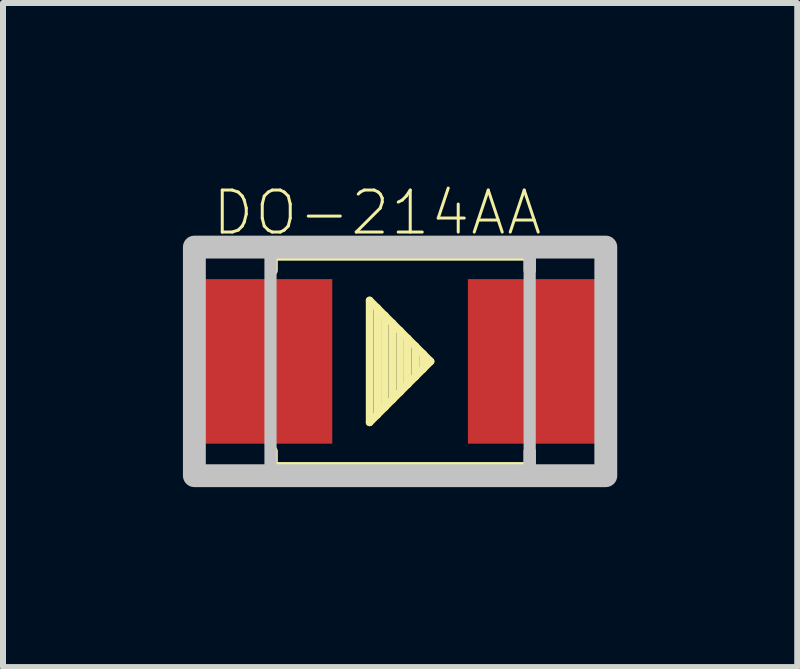
<source format=kicad_pcb>
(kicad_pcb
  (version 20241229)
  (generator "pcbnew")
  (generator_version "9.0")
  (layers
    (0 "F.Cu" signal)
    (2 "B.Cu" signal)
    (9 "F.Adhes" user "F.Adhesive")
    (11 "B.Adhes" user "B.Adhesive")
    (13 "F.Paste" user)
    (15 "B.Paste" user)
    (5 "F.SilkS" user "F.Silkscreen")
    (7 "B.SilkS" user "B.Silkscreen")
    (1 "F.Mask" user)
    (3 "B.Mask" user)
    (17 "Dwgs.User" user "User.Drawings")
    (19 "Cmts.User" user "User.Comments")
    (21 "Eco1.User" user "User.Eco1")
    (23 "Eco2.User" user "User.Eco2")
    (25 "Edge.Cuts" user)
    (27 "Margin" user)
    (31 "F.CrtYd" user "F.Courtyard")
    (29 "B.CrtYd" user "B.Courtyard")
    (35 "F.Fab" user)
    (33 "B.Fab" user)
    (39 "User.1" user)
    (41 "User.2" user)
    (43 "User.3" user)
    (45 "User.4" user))
  (footprint "DO-214AA"
    (layer "F.Cu")
    (at 3.619 2.974)
    (property "Reference" "DO-214AA" (at -0.381 -2.477 0) (layer "F.SilkS") (effects (font (size 0.7 0.7) (thickness 0.05))))
    (attr smd)
    (fp_line (start -2.16 -1.78) (end -2.14 -1.78) (stroke (width 0.203) (type solid)) (layer "F.SilkS"))
    (fp_line (start -2.14 -1.78) (end 2.16 -1.78) (stroke (width 0.203) (type solid)) (layer "F.SilkS"))
    (fp_line (start -2.14 -1.52) (end -2.14 -1.78) (stroke (width 0.203) (type solid)) (layer "F.SilkS"))
    (fp_line (start -2.14 1.78) (end -2.16 1.78) (stroke (width 0.203) (type solid)) (layer "F.SilkS"))
    (fp_line (start -2.14 1.78) (end -2.14 1.5) (stroke (width 0.203) (type solid)) (layer "F.SilkS"))
    (fp_line (start -0.508 -1.016) (end -0.381 -0.889) (stroke (width 0.127) (type solid)) (layer "F.SilkS"))
    (fp_line (start -0.508 1.016) (end -0.508 -1.016) (stroke (width 0.127) (type solid)) (layer "F.SilkS"))
    (fp_line (start -0.381 -0.889) (end -0.381 0.889) (stroke (width 0.127) (type solid)) (layer "F.SilkS"))
    (fp_line (start -0.381 -0.889) (end -0.254 -0.762) (stroke (width 0.127) (type solid)) (layer "F.SilkS"))
    (fp_line (start -0.381 0.889) (end -0.508 1.016) (stroke (width 0.127) (type solid)) (layer "F.SilkS"))
    (fp_line (start -0.381 0.889) (end -0.254 0.762) (stroke (width 0.127) (type solid)) (layer "F.SilkS"))
    (fp_line (start -0.254 -0.762) (end -0.127 -0.635) (stroke (width 0.127) (type solid)) (layer "F.SilkS"))
    (fp_line (start -0.254 0.762) (end -0.254 -0.762) (stroke (width 0.127) (type solid)) (layer "F.SilkS"))
    (fp_line (start -0.254 0.762) (end -0.127 0.635) (stroke (width 0.127) (type solid)) (layer "F.SilkS"))
    (fp_line (start -0.127 -0.635) (end -0.127 0.635) (stroke (width 0.127) (type solid)) (layer "F.SilkS"))
    (fp_line (start -0.127 -0.635) (end 0 -0.508) (stroke (width 0.127) (type solid)) (layer "F.SilkS"))
    (fp_line (start -0.127 0.635) (end 0 0.508) (stroke (width 0.127) (type solid)) (layer "F.SilkS"))
    (fp_line (start 0 -0.508) (end 0.127 -0.381) (stroke (width 0.127) (type solid)) (layer "F.SilkS"))
    (fp_line (start 0 0.508) (end 0 -0.508) (stroke (width 0.127) (type solid)) (layer "F.SilkS"))
    (fp_line (start 0 0.508) (end 0.127 0.381) (stroke (width 0.127) (type solid)) (layer "F.SilkS"))
    (fp_line (start 0.127 -0.381) (end 0.127 0.381) (stroke (width 0.127) (type solid)) (layer "F.SilkS"))
    (fp_line (start 0.127 -0.381) (end 0.254 -0.254) (stroke (width 0.127) (type solid)) (layer "F.SilkS"))
    (fp_line (start 0.254 -0.254) (end 0.381 -0.127) (stroke (width 0.127) (type solid)) (layer "F.SilkS"))
    (fp_line (start 0.254 0.254) (end 0.127 0.381) (stroke (width 0.127) (type solid)) (layer "F.SilkS"))
    (fp_line (start 0.254 0.254) (end 0.254 -0.254) (stroke (width 0.127) (type solid)) (layer "F.SilkS"))
    (fp_line (start 0.381 -0.127) (end 0.381 0.127) (stroke (width 0.127) (type solid)) (layer "F.SilkS"))
    (fp_line (start 0.381 -0.127) (end 0.508 0) (stroke (width 0.127) (type solid)) (layer "F.SilkS"))
    (fp_line (start 0.381 0.127) (end 0.254 0.254) (stroke (width 0.127) (type solid)) (layer "F.SilkS"))
    (fp_line (start 0.508 0) (end 0.381 0.127) (stroke (width 0.127) (type solid)) (layer "F.SilkS"))
    (fp_line (start 2.16 -1.52) (end 2.16 -1.78) (stroke (width 0.203) (type solid)) (layer "F.SilkS"))
    (fp_line (start 2.16 1.78) (end -2.14 1.78) (stroke (width 0.203) (type solid)) (layer "F.SilkS"))
    (fp_line (start 2.16 1.78) (end 2.16 1.5) (stroke (width 0.203) (type solid)) (layer "F.SilkS"))
    (fp_line (start -2.16 1.78) (end -2.16 -1.78) (stroke (width 0.203) (type solid)) (layer "Dwgs.User"))
    (fp_line (start 2.16 -1.78) (end 2.16 1.78) (stroke (width 0.203) (type solid)) (layer "Dwgs.User"))
    (fp_poly (pts (xy 3.429 1.905) (xy -3.429 1.905) (xy -3.429 -1.905) (xy 3.429 -1.905)) (stroke (width 0.381) (type solid)) (fill no) (layer "Dwgs.User"))
    (pad "+" smd rect (at -2.21 0 270) (size 2.743 2.159) (layers "F.Cu" "F.Mask" "F.Paste"))
    (pad "-" smd rect (at 2.21 0 270) (size 2.743 2.159) (layers "F.Cu" "F.Mask" "F.Paste")))
  (gr_rect
    (start -3 -3)
    (end 10.239 8.069)
    (stroke (width 0.1) (type default))
    (fill no)
    (layer "Edge.Cuts")))
</source>
